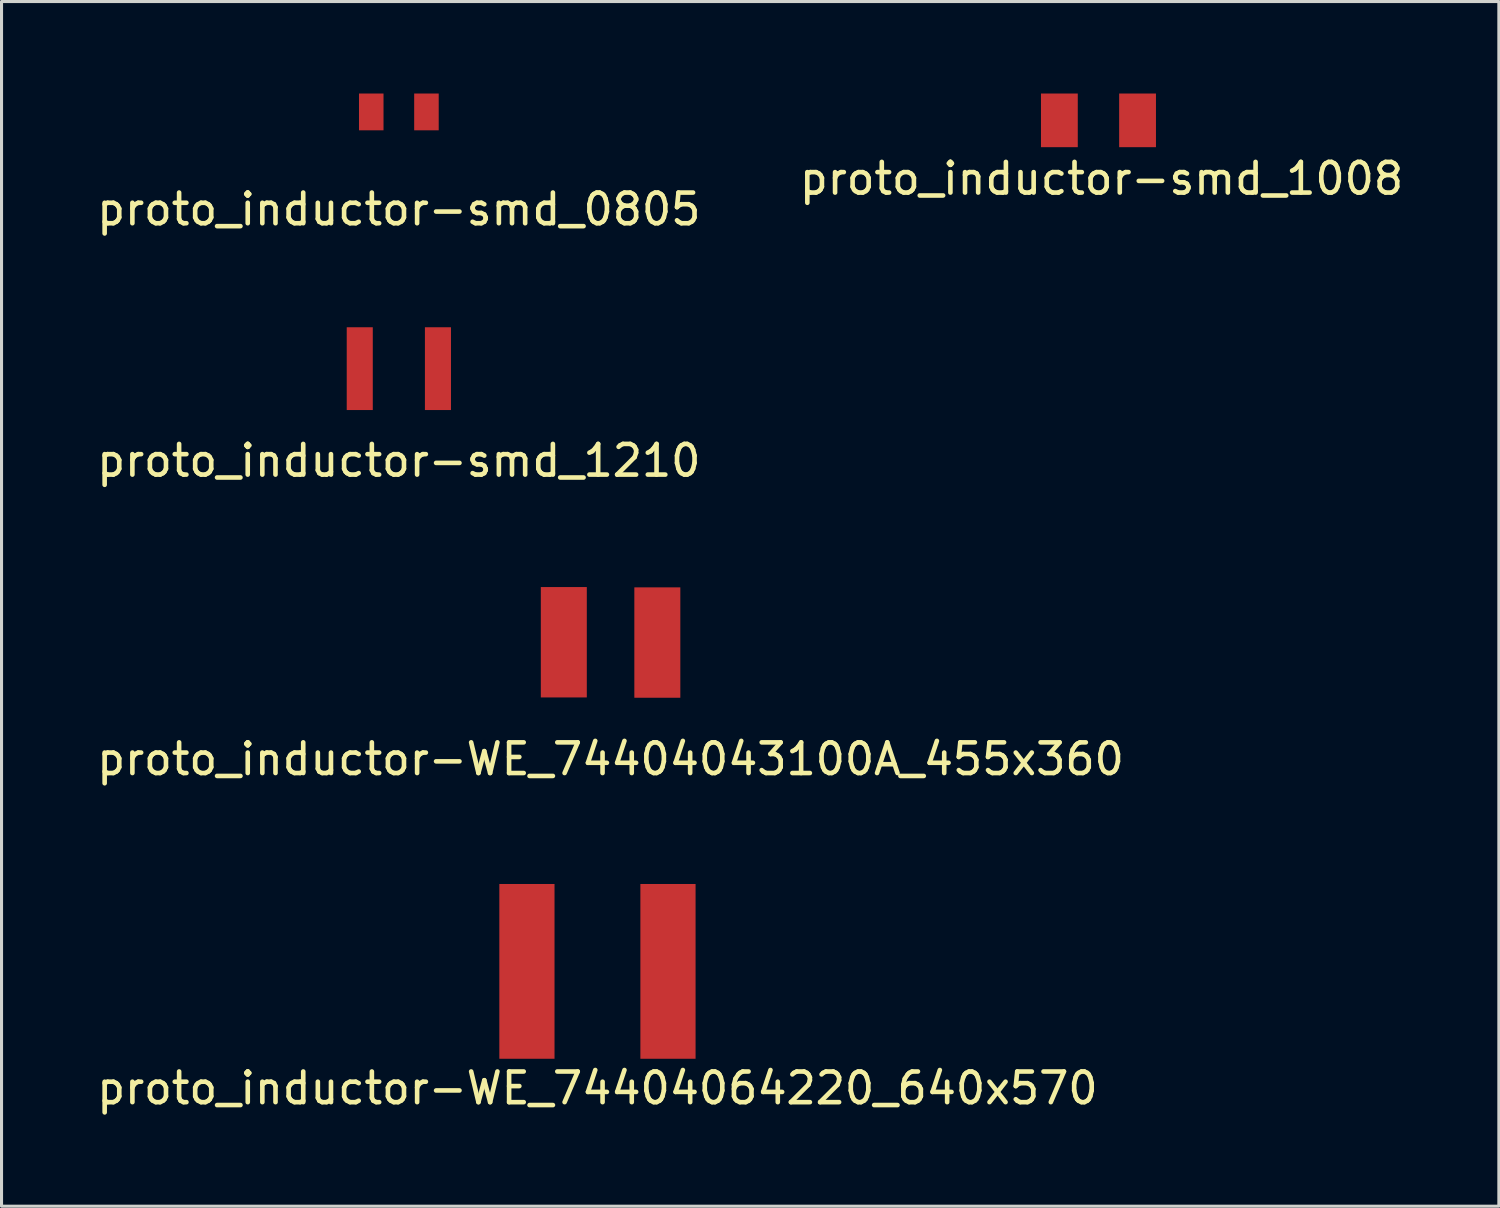
<source format=kicad_pcb>
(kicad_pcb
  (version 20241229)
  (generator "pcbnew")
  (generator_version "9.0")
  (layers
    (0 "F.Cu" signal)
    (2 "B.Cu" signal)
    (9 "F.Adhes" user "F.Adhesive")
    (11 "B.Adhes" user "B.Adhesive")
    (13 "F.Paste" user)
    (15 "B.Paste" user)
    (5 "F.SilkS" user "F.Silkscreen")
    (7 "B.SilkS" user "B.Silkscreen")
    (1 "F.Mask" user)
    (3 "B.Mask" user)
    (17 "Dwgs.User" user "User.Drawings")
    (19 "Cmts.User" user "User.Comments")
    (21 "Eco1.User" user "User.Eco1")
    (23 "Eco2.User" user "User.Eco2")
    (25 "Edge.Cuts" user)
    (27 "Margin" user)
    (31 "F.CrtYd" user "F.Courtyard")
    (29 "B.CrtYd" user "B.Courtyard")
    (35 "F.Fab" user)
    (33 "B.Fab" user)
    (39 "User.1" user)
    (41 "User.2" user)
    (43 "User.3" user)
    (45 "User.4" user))
  (footprint "proto_inductor-smd_1008"
    (layer "F.Cu")
    (at 32.775 0.875)
    (property "Reference" "proto_inductor-smd_1008" (at 0.1 1.9 0) (layer "F.SilkS") (effects (font (size 1 1) (thickness 0.15))))
    (attr through_hole)
    (pad "1" smd rect (at -1.275 0) (size 1.2 1.75) (layers "F.Cu" "F.Mask" "F.Paste"))
    (pad "2" smd rect (at 1.275 0) (size 1.2 1.75) (layers "F.Cu" "F.Mask" "F.Paste")))
  (footprint "proto_inductor-smd_0805"
    (layer "F.Cu")
    (at 9.958 0.6)
    (property "Reference" "proto_inductor-smd_0805" (at 0 3.175 0) (layer "F.SilkS") (effects (font (size 1 1) (thickness 0.15))))
    (attr through_hole)
    (pad "1" smd rect (at -0.9 0) (size 0.8 1.2) (layers "F.Cu" "F.Mask" "F.Paste"))
    (pad "2" smd rect (at 0.9 0) (size 0.8 1.2) (layers "F.Cu" "F.Mask" "F.Paste")))
  (footprint "proto_inductor-WE_74404043100A_455x360"
    (layer "F.Cu")
    (at 16.863 17.896)
    (property "Reference" "proto_inductor-WE_74404043100A_455x360" (at 0 3.81 0) (layer "F.SilkS") (effects (font (size 1 1) (thickness 0.15))))
    (attr through_hole)
    (fp_line (start -2 -2) (end -2 2) (stroke (width 0.15) (type solid)) (layer "Eco1.User"))
    (fp_line (start -2 2) (end 2 2) (stroke (width 0.15) (type solid)) (layer "Eco1.User"))
    (fp_line (start 2 -2) (end -2 -2) (stroke (width 0.15) (type solid)) (layer "Eco1.User"))
    (fp_line (start 2 2) (end 2 -2) (stroke (width 0.15) (type solid)) (layer "Eco1.User"))
    (pad "1" smd rect (at -1.525 0) (size 1.5 3.6) (layers "F.Cu" "F.Mask" "F.Paste"))
    (pad "2" smd rect (at 1.525 0.01) (size 1.5 3.6) (layers "F.Cu" "F.Mask" "F.Paste")))
  (footprint "proto_inductor-smd_1210"
    (layer "F.Cu")
    (at 9.958 8.973)
    (property "Reference" "proto_inductor-smd_1210" (at 0 3 0) (layer "F.SilkS") (effects (font (size 1 1) (thickness 0.15))))
    (attr through_hole)
    (pad "1" smd rect (at -1.275 0) (size 0.85 2.7) (layers "F.Cu" "F.Mask" "F.Paste"))
    (pad "2" smd rect (at 1.275 0) (size 0.85 2.7) (layers "F.Cu" "F.Mask" "F.Paste")))
  (footprint "proto_inductor-WE_74404064220_640x570"
    (layer "F.Cu")
    (at 16.435 28.63)
    (property "Reference" "proto_inductor-WE_74404064220_640x570" (at 0 3.81 0) (layer "F.SilkS") (effects (font (size 1 1) (thickness 0.15))))
    (attr through_hole)
    (fp_line (start -3 -3) (end 3 -3) (stroke (width 0.15) (type solid)) (layer "Eco1.User"))
    (fp_line (start -3 3) (end -3 -3) (stroke (width 0.15) (type solid)) (layer "Eco1.User"))
    (fp_line (start 3 -3) (end 3 3) (stroke (width 0.15) (type solid)) (layer "Eco1.User"))
    (fp_line (start 3 3) (end -3 3) (stroke (width 0.15) (type solid)) (layer "Eco1.User"))
    (pad "1" smd rect (at -2.3 0) (size 1.8 5.7) (layers "F.Cu" "F.Mask" "F.Paste"))
    (pad "2" smd rect (at 2.3 0) (size 1.8 5.7) (layers "F.Cu" "F.Mask" "F.Paste")))
  (gr_rect
    (start -3 -3)
    (end 45.833 36.288)
    (stroke (width 0.1) (type default))
    (fill no)
    (layer "Edge.Cuts")))
</source>
